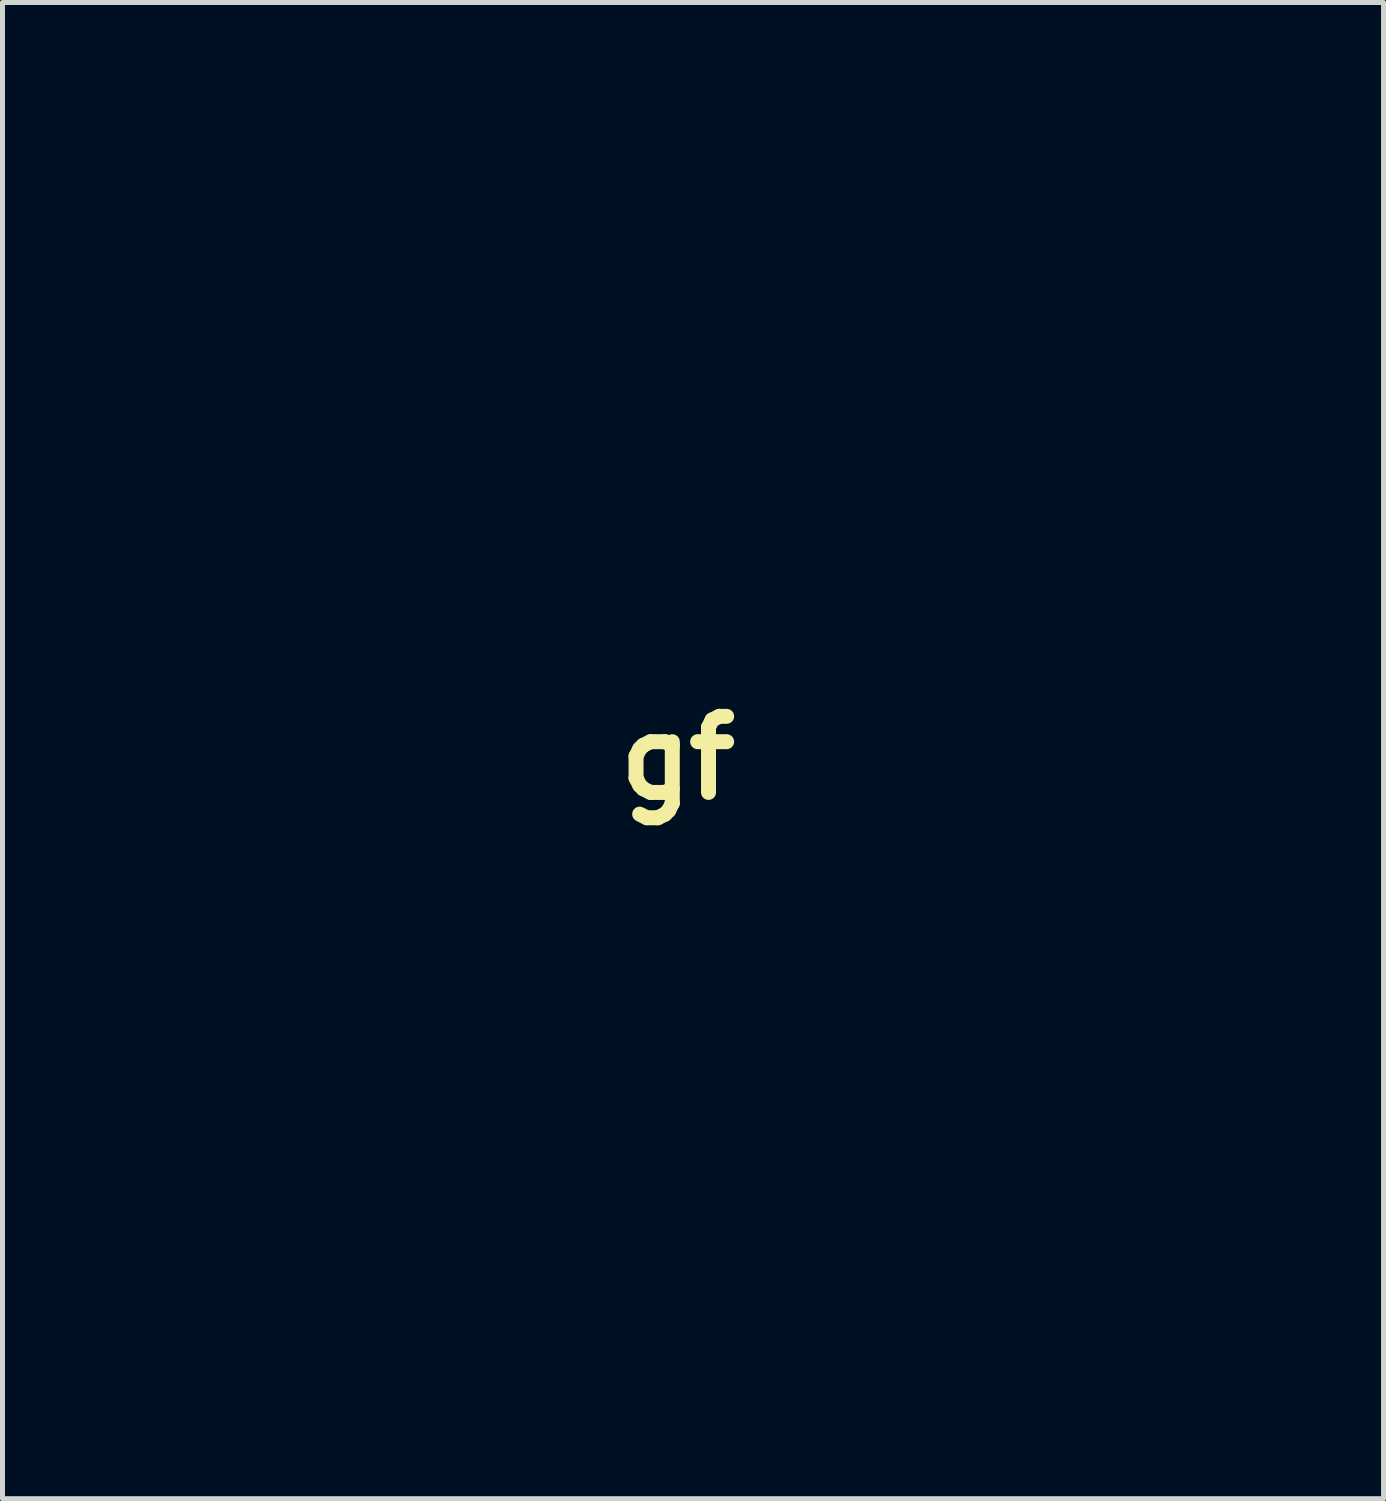
<source format=kicad_pcb>
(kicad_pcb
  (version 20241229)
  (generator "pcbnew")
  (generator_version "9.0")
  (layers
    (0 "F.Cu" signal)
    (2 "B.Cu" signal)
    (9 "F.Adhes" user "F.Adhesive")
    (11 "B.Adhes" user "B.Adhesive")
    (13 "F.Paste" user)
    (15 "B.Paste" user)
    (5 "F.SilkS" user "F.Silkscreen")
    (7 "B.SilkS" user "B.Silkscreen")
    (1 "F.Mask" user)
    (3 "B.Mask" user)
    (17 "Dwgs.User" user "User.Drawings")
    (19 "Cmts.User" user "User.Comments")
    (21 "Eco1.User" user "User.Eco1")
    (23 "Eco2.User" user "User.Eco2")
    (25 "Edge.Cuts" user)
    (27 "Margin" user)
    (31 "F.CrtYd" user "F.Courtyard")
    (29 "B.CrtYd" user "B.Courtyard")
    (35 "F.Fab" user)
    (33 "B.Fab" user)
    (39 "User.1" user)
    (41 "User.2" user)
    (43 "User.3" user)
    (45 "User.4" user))
  (footprint "gf"
    (layer "F.Cu")
    (at 10.525 12.133)
    (property "Reference" "gf" (at 0 0 0) (layer "F.SilkS") (effects (font (size 1.524 1.524) (thickness 0.3))))
    (attr through_hole)
    (fp_poly (pts (xy -5.207 7.128) (xy -4.191 7.128) (xy -4.191 7.805) (xy -6.096 7.805) (xy -6.096 4.546) (xy -5.207 4.546) (xy -5.207 7.128)) (stroke (width 0.01) (type solid)) (fill yes) (layer "F.Mask"))
    (fp_poly (pts (xy 3.589 4.895) (xy 3.577 5.244) (xy 3.143 5.256) (xy 2.709 5.268) (xy 2.709 7.805) (xy 1.82 7.805) (xy 1.82 5.265) (xy 0.931 5.265) (xy 0.931 4.546) (xy 3.602 4.546) (xy 3.589 4.895)) (stroke (width 0.01) (type solid)) (fill yes) (layer "F.Mask"))
    (fp_poly (pts (xy -4.072 8.811) (xy -4.085 9.054) (xy -5.419 9.054) (xy -5.419 9.509) (xy -5.419 9.964) (xy -4.318 9.964) (xy -4.318 10.43) (xy -5.419 10.43) (xy -5.419 11.827) (xy -6.054 11.827) (xy -6.054 8.567) (xy -4.06 8.567) (xy -4.072 8.811)) (stroke (width 0.01) (type solid)) (fill yes) (layer "F.Mask"))
    (fp_poly (pts (xy -0.096 -6.178) (xy -0.086 -6.109) (xy -0.085 -6.007) (xy -0.087 -5.888) (xy -0.092 -5.813) (xy -0.095 -5.8) (xy -0.121 -5.833) (xy -0.172 -5.917) (xy -0.197 -5.96) (xy -0.288 -6.119) (xy -0.186 -6.167) (xy -0.126 -6.191) (xy -0.096 -6.178)) (stroke (width 0.01) (type solid)) (fill yes) (layer "F.Mask"))
    (fp_poly (pts (xy 6.689 9.075) (xy 5.373 9.075) (xy 5.397 9.932) (xy 5.98 9.931) (xy 6.562 9.929) (xy 6.562 10.43) (xy 5.376 10.43) (xy 5.376 11.319) (xy 6.689 11.319) (xy 6.689 11.827) (xy 4.784 11.827) (xy 4.784 8.567) (xy 6.689 8.567) (xy 6.689 9.075)) (stroke (width 0.01) (type solid)) (fill yes) (layer "F.Mask"))
    (fp_poly (pts (xy 6.858 5.265) (xy 5.673 5.265) (xy 5.673 5.816) (xy 6.735 5.816) (xy 6.71 6.472) (xy 6.191 6.484) (xy 5.673 6.496) (xy 5.673 7.086) (xy 6.858 7.086) (xy 6.858 7.805) (xy 4.741 7.805) (xy 4.741 4.546) (xy 6.858 4.546) (xy 6.858 5.265)) (stroke (width 0.01) (type solid)) (fill yes) (layer "F.Mask"))
    (fp_poly (pts (xy 3.217 9.081) (xy 2.572 9.071) (xy 1.926 9.062) (xy 1.926 9.94) (xy 2.508 9.928) (xy 3.09 9.915) (xy 3.09 10.43) (xy 1.905 10.43) (xy 1.905 11.319) (xy 3.217 11.319) (xy 3.217 11.827) (xy 1.312 11.827) (xy 1.312 8.567) (xy 3.217 8.567) (xy 3.217 9.081)) (stroke (width 0.01) (type solid)) (fill yes) (layer "F.Mask"))
    (fp_poly (pts (xy 0.542 -4.931) (xy 0.642 -4.929) (xy 0.677 -4.926) (xy 0.663 -4.888) (xy 0.626 -4.799) (xy 0.61 -4.761) (xy 0.577 -4.64) (xy 0.547 -4.456) (xy 0.523 -4.227) (xy 0.515 -4.106) (xy 0.487 -3.611) (xy 0.318 -3.884) (xy 0.194 -4.058) (xy 0.041 -4.243) (xy -0.095 -4.383) (xy -0.21 -4.493) (xy -0.295 -4.58) (xy -0.337 -4.629) (xy -0.339 -4.633) (xy -0.302 -4.65) (xy -0.217 -4.657) (xy -0.109 -4.68) (xy 0.004 -4.739) (xy 0.092 -4.813) (xy 0.127 -4.882) (xy 0.169 -4.913) (xy 0.293 -4.929) (xy 0.402 -4.932) (xy 0.542 -4.931)) (stroke (width 0.01) (type solid)) (fill yes) (layer "F.Mask"))
    (fp_poly (pts (xy -1.118 -9.647) (xy -0.967 -9.547) (xy -0.829 -9.44) (xy -0.49 -9.133) (xy -0.213 -8.801) (xy -0.013 -8.467) (xy 0.082 -8.185) (xy 0.123 -7.854) (xy 0.111 -7.486) (xy 0.047 -7.097) (xy -0.069 -6.701) (xy -0.1 -6.618) (xy -0.168 -6.468) (xy -0.238 -6.385) (xy -0.326 -6.366) (xy -0.446 -6.41) (xy -0.614 -6.512) (xy -0.623 -6.518) (xy -0.847 -6.689) (xy -1.069 -6.897) (xy -1.269 -7.12) (xy -1.428 -7.337) (xy -1.496 -7.458) (xy -1.616 -7.8) (xy -1.667 -8.184) (xy -1.65 -8.605) (xy -1.564 -9.055) (xy -1.432 -9.471) (xy -1.374 -9.6) (xy -1.31 -9.673) (xy -1.229 -9.689) (xy -1.118 -9.647)) (stroke (width 0.01) (type solid)) (fill yes) (layer "F.Mask"))
    (fp_poly (pts (xy 11.134 7.805) (xy 10.252 7.805) (xy 10.132 7.638) (xy 10.072 7.551) (xy 9.975 7.406) (xy 9.851 7.219) (xy 9.71 7.003) (xy 9.559 6.772) (xy 9.546 6.751) (xy 9.404 6.533) (xy 9.276 6.341) (xy 9.169 6.186) (xy 9.092 6.08) (xy 9.052 6.031) (xy 9.049 6.029) (xy 9.039 6.069) (xy 9.031 6.181) (xy 9.024 6.353) (xy 9.019 6.573) (xy 9.017 6.828) (xy 9.017 6.916) (xy 9.017 7.805) (xy 8.128 7.805) (xy 8.128 4.546) (xy 8.583 4.546) (xy 9.038 4.546) (xy 9.631 5.463) (xy 10.223 6.38) (xy 10.235 5.463) (xy 10.246 4.546) (xy 11.134 4.546) (xy 11.134 7.805)) (stroke (width 0.01) (type solid)) (fill yes) (layer "F.Mask"))
    (fp_poly (pts (xy -0.368 -2.63) (xy -0.01 -2.492) (xy 0.307 -2.281) (xy 0.478 -2.119) (xy 0.635 -1.936) (xy 0.776 -1.746) (xy 0.892 -1.564) (xy 0.972 -1.407) (xy 1.008 -1.291) (xy 1.008 -1.261) (xy 0.957 -1.182) (xy 0.835 -1.111) (xy 0.659 -1.049) (xy 0.442 -0.999) (xy 0.199 -0.963) (xy -0.055 -0.943) (xy -0.306 -0.941) (xy -0.538 -0.959) (xy -0.737 -1) (xy -0.766 -1.009) (xy -1.083 -1.156) (xy -1.393 -1.38) (xy -1.689 -1.677) (xy -1.945 -2.011) (xy -2.056 -2.187) (xy -2.112 -2.317) (xy -2.105 -2.411) (xy -2.031 -2.483) (xy -1.884 -2.543) (xy -1.672 -2.601) (xy -1.2 -2.684) (xy -0.765 -2.694) (xy -0.368 -2.63)) (stroke (width 0.01) (type solid)) (fill yes) (layer "F.Mask"))
    (fp_poly (pts (xy 2.633 -5.978) (xy 2.685 -5.887) (xy 2.715 -5.724) (xy 2.728 -5.573) (xy 2.727 -5.153) (xy 2.662 -4.749) (xy 2.539 -4.378) (xy 2.361 -4.057) (xy 2.323 -4.004) (xy 2.156 -3.829) (xy 1.929 -3.651) (xy 1.663 -3.483) (xy 1.381 -3.34) (xy 1.106 -3.235) (xy 0.936 -3.19) (xy 0.829 -3.18) (xy 0.769 -3.204) (xy 0.746 -3.24) (xy 0.721 -3.353) (xy 0.702 -3.526) (xy 0.692 -3.733) (xy 0.691 -3.948) (xy 0.699 -4.148) (xy 0.711 -4.258) (xy 0.803 -4.633) (xy 0.969 -4.971) (xy 1.209 -5.273) (xy 1.525 -5.541) (xy 1.918 -5.774) (xy 2.214 -5.907) (xy 2.41 -5.98) (xy 2.545 -6.007) (xy 2.633 -5.978)) (stroke (width 0.01) (type solid)) (fill yes) (layer "F.Mask"))
    (fp_poly (pts (xy -1.89 -6.795) (xy -1.512 -6.732) (xy -1.191 -6.626) (xy -0.916 -6.471) (xy -0.694 -6.279) (xy -0.477 -6.01) (xy -0.289 -5.683) (xy -0.141 -5.326) (xy -0.066 -5.051) (xy -0.053 -4.963) (xy -0.079 -4.915) (xy -0.163 -4.881) (xy -0.198 -4.871) (xy -0.361 -4.844) (xy -0.579 -4.832) (xy -0.826 -4.834) (xy -1.073 -4.85) (xy -1.295 -4.88) (xy -1.344 -4.89) (xy -1.696 -5.005) (xy -2.007 -5.19) (xy -2.26 -5.421) (xy -2.417 -5.618) (xy -2.578 -5.867) (xy -2.724 -6.138) (xy -2.84 -6.399) (xy -2.878 -6.507) (xy -2.909 -6.625) (xy -2.908 -6.708) (xy -2.867 -6.763) (xy -2.774 -6.796) (xy -2.619 -6.811) (xy -2.392 -6.815) (xy -2.334 -6.815) (xy -1.89 -6.795)) (stroke (width 0.01) (type solid)) (fill yes) (layer "F.Mask"))
    (fp_poly (pts (xy 1.238 -1.205) (xy 1.305 -1.14) (xy 1.375 -1.007) (xy 1.444 -0.821) (xy 1.507 -0.596) (xy 1.561 -0.35) (xy 1.601 -0.096) (xy 1.624 0.149) (xy 1.627 0.254) (xy 1.616 0.536) (xy 1.572 0.753) (xy 1.489 0.918) (xy 1.36 1.047) (xy 1.185 1.15) (xy 0.917 1.25) (xy 0.655 1.291) (xy 0.434 1.272) (xy 0.284 1.223) (xy 0.196 1.16) (xy 0.173 1.076) (xy 0.216 0.964) (xy 0.325 0.818) (xy 0.502 0.631) (xy 0.546 0.588) (xy 0.758 0.37) (xy 0.91 0.18) (xy 1.011 -0.002) (xy 1.069 -0.198) (xy 1.095 -0.429) (xy 1.096 -0.709) (xy 1.095 -0.937) (xy 1.106 -1.091) (xy 1.132 -1.18) (xy 1.177 -1.214) (xy 1.238 -1.205)) (stroke (width 0.01) (type solid)) (fill yes) (layer "F.Mask"))
    (fp_poly (pts (xy -1.454 -4.677) (xy -1.256 -4.672) (xy -1.108 -4.662) (xy -0.991 -4.644) (xy -0.888 -4.618) (xy -0.781 -4.581) (xy -0.78 -4.58) (xy -0.454 -4.411) (xy -0.162 -4.166) (xy 0.094 -3.845) (xy 0.299 -3.481) (xy 0.389 -3.279) (xy 0.439 -3.138) (xy 0.45 -3.045) (xy 0.427 -2.987) (xy 0.415 -2.977) (xy 0.318 -2.934) (xy 0.156 -2.898) (xy -0.051 -2.871) (xy -0.285 -2.852) (xy -0.524 -2.845) (xy -0.749 -2.85) (xy -0.941 -2.869) (xy -0.982 -2.876) (xy -1.289 -2.977) (xy -1.591 -3.152) (xy -1.876 -3.393) (xy -2.133 -3.689) (xy -2.351 -4.032) (xy -2.367 -4.062) (xy -2.465 -4.258) (xy -2.525 -4.407) (xy -2.539 -4.516) (xy -2.501 -4.591) (xy -2.406 -4.639) (xy -2.245 -4.665) (xy -2.012 -4.676) (xy -1.719 -4.678) (xy -1.454 -4.677)) (stroke (width 0.01) (type solid)) (fill yes) (layer "F.Mask"))
    (fp_poly (pts (xy 1.85 -8.057) (xy 1.918 -7.997) (xy 1.962 -7.878) (xy 1.988 -7.691) (xy 2 -7.43) (xy 2.004 -7.239) (xy 2.002 -6.961) (xy 1.989 -6.748) (xy 1.964 -6.58) (xy 1.937 -6.477) (xy 1.797 -6.154) (xy 1.585 -5.861) (xy 1.298 -5.594) (xy 0.932 -5.35) (xy 0.756 -5.254) (xy 0.568 -5.16) (xy 0.438 -5.106) (xy 0.354 -5.087) (xy 0.3 -5.103) (xy 0.263 -5.149) (xy 0.258 -5.157) (xy 0.212 -5.287) (xy 0.174 -5.479) (xy 0.147 -5.709) (xy 0.134 -5.955) (xy 0.136 -6.194) (xy 0.136 -6.201) (xy 0.176 -6.537) (xy 0.262 -6.827) (xy 0.404 -7.086) (xy 0.611 -7.332) (xy 0.888 -7.578) (xy 1.046 -7.693) (xy 1.242 -7.819) (xy 1.434 -7.929) (xy 1.451 -7.938) (xy 1.622 -8.02) (xy 1.753 -8.062) (xy 1.85 -8.057)) (stroke (width 0.01) (type solid)) (fill yes) (layer "F.Mask"))
    (fp_poly (pts (xy 3.306 -3.935) (xy 3.311 -3.932) (xy 3.352 -3.904) (xy 3.376 -3.862) (xy 3.384 -3.788) (xy 3.38 -3.662) (xy 3.369 -3.504) (xy 3.308 -3.04) (xy 3.198 -2.641) (xy 3.034 -2.303) (xy 2.815 -2.019) (xy 2.537 -1.785) (xy 2.223 -1.607) (xy 2.02 -1.521) (xy 1.797 -1.442) (xy 1.6 -1.385) (xy 1.579 -1.38) (xy 1.4 -1.341) (xy 1.287 -1.321) (xy 1.22 -1.318) (xy 1.184 -1.332) (xy 1.159 -1.362) (xy 1.158 -1.365) (xy 1.138 -1.448) (xy 1.131 -1.593) (xy 1.137 -1.779) (xy 1.153 -1.987) (xy 1.179 -2.194) (xy 1.213 -2.38) (xy 1.23 -2.45) (xy 1.341 -2.752) (xy 1.497 -3.032) (xy 1.684 -3.265) (xy 1.77 -3.345) (xy 1.937 -3.463) (xy 2.143 -3.581) (xy 2.371 -3.692) (xy 2.607 -3.79) (xy 2.834 -3.87) (xy 3.037 -3.924) (xy 3.199 -3.948) (xy 3.306 -3.935)) (stroke (width 0.01) (type solid)) (fill yes) (layer "F.Mask"))
    (fp_poly (pts (xy 0.682 -3.018) (xy 0.686 -3.014) (xy 0.78 -2.972) (xy 0.919 -2.968) (xy 1.073 -3.003) (xy 1.083 -3.007) (xy 1.183 -3.035) (xy 1.216 -3.013) (xy 1.186 -2.938) (xy 1.172 -2.914) (xy 1.131 -2.825) (xy 1.084 -2.682) (xy 1.04 -2.515) (xy 1.036 -2.498) (xy 0.997 -2.326) (xy 0.961 -2.171) (xy 0.937 -2.064) (xy 0.936 -2.059) (xy 0.908 -1.937) (xy 0.755 -2.122) (xy 0.633 -2.255) (xy 0.483 -2.397) (xy 0.388 -2.477) (xy 0.277 -2.567) (xy 0.261 -2.582) (xy 0.578 -2.582) (xy 0.68 -2.474) (xy 0.781 -2.366) (xy 0.807 -2.463) (xy 0.838 -2.582) (xy 0.862 -2.678) (xy 0.866 -2.768) (xy 0.825 -2.793) (xy 0.747 -2.753) (xy 0.677 -2.688) (xy 0.578 -2.582) (xy 0.261 -2.582) (xy 0.199 -2.639) (xy 0.171 -2.673) (xy 0.207 -2.697) (xy 0.298 -2.723) (xy 0.328 -2.729) (xy 0.496 -2.785) (xy 0.602 -2.875) (xy 0.635 -2.978) (xy 0.645 -3.036) (xy 0.682 -3.018)) (stroke (width 0.01) (type solid)) (fill yes) (layer "F.Mask"))
    (fp_poly (pts (xy -2.117 5.509) (xy -2.115 5.795) (xy -2.11 6.06) (xy -2.102 6.291) (xy -2.092 6.472) (xy -2.081 6.588) (xy -2.075 6.616) (xy -1.996 6.797) (xy -1.878 6.907) (xy -1.708 6.955) (xy -1.628 6.959) (xy -1.417 6.93) (xy -1.264 6.842) (xy -1.166 6.691) (xy -1.145 6.629) (xy -1.132 6.541) (xy -1.121 6.384) (xy -1.112 6.171) (xy -1.105 5.917) (xy -1.101 5.637) (xy -1.101 5.509) (xy -1.101 4.546) (xy -0.207 4.546) (xy -0.22 5.699) (xy -0.224 6.046) (xy -0.229 6.318) (xy -0.235 6.528) (xy -0.243 6.687) (xy -0.254 6.805) (xy -0.269 6.894) (xy -0.289 6.964) (xy -0.314 7.027) (xy -0.322 7.045) (xy -0.493 7.319) (xy -0.723 7.539) (xy -1.002 7.7) (xy -1.319 7.797) (xy -1.666 7.826) (xy -1.939 7.801) (xy -2.251 7.708) (xy -2.517 7.547) (xy -2.731 7.322) (xy -2.887 7.039) (xy -2.946 6.862) (xy -2.967 6.752) (xy -2.983 6.595) (xy -2.994 6.381) (xy -3.002 6.103) (xy -3.005 5.752) (xy -3.005 5.593) (xy -3.006 4.546) (xy -2.117 4.546) (xy -2.117 5.509)) (stroke (width 0.01) (type solid)) (fill yes) (layer "F.Mask"))
    (fp_poly (pts (xy -1.789 8.569) (xy -1.474 8.572) (xy -1.23 8.581) (xy -1.041 8.599) (xy -0.894 8.628) (xy -0.774 8.671) (xy -0.666 8.73) (xy -0.571 8.798) (xy -0.4 8.979) (xy -0.282 9.218) (xy -0.223 9.5) (xy -0.223 9.501) (xy -0.217 9.667) (xy -0.241 9.807) (xy -0.304 9.967) (xy -0.308 9.978) (xy -0.43 10.174) (xy -0.594 10.342) (xy -0.777 10.46) (xy -0.9 10.502) (xy -0.984 10.523) (xy -1.016 10.539) (xy -1.006 10.559) (xy -0.974 10.614) (xy -0.916 10.709) (xy -0.828 10.85) (xy -0.706 11.043) (xy -0.548 11.294) (xy -0.348 11.61) (xy -0.31 11.67) (xy -0.208 11.831) (xy -0.536 11.818) (xy -0.864 11.806) (xy -1.249 11.192) (xy -1.389 10.969) (xy -1.494 10.807) (xy -1.573 10.697) (xy -1.633 10.628) (xy -1.684 10.59) (xy -1.735 10.572) (xy -1.79 10.565) (xy -1.947 10.552) (xy -1.947 11.827) (xy -2.54 11.827) (xy -2.54 10.091) (xy -1.947 10.091) (xy -1.556 10.091) (xy -1.35 10.087) (xy -1.206 10.073) (xy -1.102 10.045) (xy -1.029 10.009) (xy -0.911 9.889) (xy -0.853 9.714) (xy -0.858 9.488) (xy -0.861 9.47) (xy -0.909 9.316) (xy -1.002 9.204) (xy -1.15 9.13) (xy -1.36 9.088) (xy -1.64 9.076) (xy -1.947 9.075) (xy -1.947 10.091) (xy -2.54 10.091) (xy -2.54 8.567) (xy -1.789 8.569)) (stroke (width 0.01) (type solid)) (fill yes) (layer "F.Mask"))
    (fp_poly (pts (xy -8.613 4.538) (xy -8.259 4.626) (xy -7.963 4.775) (xy -7.718 4.986) (xy -7.703 5.002) (xy -7.609 5.128) (xy -7.525 5.275) (xy -7.461 5.419) (xy -7.428 5.539) (xy -7.433 5.609) (xy -7.482 5.625) (xy -7.597 5.637) (xy -7.759 5.645) (xy -7.891 5.646) (xy -8.092 5.645) (xy -8.226 5.637) (xy -8.312 5.621) (xy -8.368 5.593) (xy -8.407 5.557) (xy -8.579 5.425) (xy -8.783 5.358) (xy -8.999 5.354) (xy -9.208 5.412) (xy -9.39 5.528) (xy -9.52 5.689) (xy -9.606 5.912) (xy -9.639 6.159) (xy -9.62 6.406) (xy -9.549 6.626) (xy -9.469 6.753) (xy -9.302 6.894) (xy -9.092 6.981) (xy -8.862 7.014) (xy -8.632 6.992) (xy -8.422 6.914) (xy -8.255 6.781) (xy -8.248 6.774) (xy -8.188 6.692) (xy -8.174 6.636) (xy -8.215 6.602) (xy -8.32 6.584) (xy -8.498 6.578) (xy -8.59 6.578) (xy -9.01 6.578) (xy -9.024 6.278) (xy -9.029 6.128) (xy -9.028 6.014) (xy -9.021 5.961) (xy -9.021 5.96) (xy -8.975 5.955) (xy -8.857 5.95) (xy -8.682 5.946) (xy -8.462 5.944) (xy -8.21 5.943) (xy -8.184 5.943) (xy -7.366 5.943) (xy -7.366 6.394) (xy -7.367 6.598) (xy -7.374 6.739) (xy -7.391 6.84) (xy -7.423 6.924) (xy -7.474 7.013) (xy -7.498 7.051) (xy -7.698 7.302) (xy -7.947 7.524) (xy -8.204 7.682) (xy -8.396 7.746) (xy -8.642 7.786) (xy -8.913 7.801) (xy -9.181 7.79) (xy -9.418 7.753) (xy -9.52 7.723) (xy -9.669 7.662) (xy -9.802 7.6) (xy -9.859 7.568) (xy -10.035 7.425) (xy -10.21 7.231) (xy -10.357 7.017) (xy -10.41 6.916) (xy -10.458 6.807) (xy -10.489 6.706) (xy -10.508 6.592) (xy -10.517 6.441) (xy -10.52 6.233) (xy -10.52 6.176) (xy -10.518 5.953) (xy -10.511 5.793) (xy -10.495 5.672) (xy -10.467 5.567) (xy -10.422 5.456) (xy -10.398 5.404) (xy -10.215 5.102) (xy -9.974 4.858) (xy -9.684 4.676) (xy -9.353 4.56) (xy -8.989 4.513) (xy -8.613 4.538)) (stroke (width 0.01) (type solid)) (fill yes) (layer "F.Mask"))
    (fp_poly (pts (xy 0.758 -12.128) (xy 1.024 -12.124) (xy 1.239 -12.117) (xy 1.417 -12.105) (xy 1.577 -12.087) (xy 1.733 -12.063) (xy 1.901 -12.031) (xy 2.705 -11.826) (xy 3.474 -11.547) (xy 4.205 -11.196) (xy 4.892 -10.774) (xy 5.531 -10.285) (xy 6.097 -9.752) (xy 6.275 -9.562) (xy 6.445 -9.37) (xy 6.597 -9.188) (xy 6.723 -9.029) (xy 6.812 -8.904) (xy 6.855 -8.825) (xy 6.858 -8.812) (xy 6.888 -8.759) (xy 6.895 -8.756) (xy 6.946 -8.708) (xy 7.026 -8.597) (xy 7.127 -8.438) (xy 7.242 -8.243) (xy 7.362 -8.026) (xy 7.479 -7.801) (xy 7.519 -7.72) (xy 7.746 -7.2) (xy 7.947 -6.633) (xy 8.11 -6.056) (xy 8.178 -5.753) (xy 8.211 -5.584) (xy 8.235 -5.427) (xy 8.253 -5.268) (xy 8.265 -5.088) (xy 8.272 -4.873) (xy 8.275 -4.606) (xy 8.276 -4.276) (xy 8.275 -3.941) (xy 8.272 -3.675) (xy 8.265 -3.46) (xy 8.253 -3.282) (xy 8.235 -3.122) (xy 8.21 -2.966) (xy 8.178 -2.798) (xy 7.974 -1.995) (xy 7.697 -1.23) (xy 7.349 -0.507) (xy 6.936 0.171) (xy 6.46 0.8) (xy 5.925 1.376) (xy 5.335 1.895) (xy 4.694 2.355) (xy 4.006 2.751) (xy 3.273 3.079) (xy 2.5 3.336) (xy 1.924 3.474) (xy 1.739 3.509) (xy 1.557 3.534) (xy 1.36 3.553) (xy 1.131 3.566) (xy 0.851 3.574) (xy 0.55 3.579) (xy 0.273 3.582) (xy 0.018 3.582) (xy -0.201 3.581) (xy -0.369 3.578) (xy -0.471 3.573) (xy -0.487 3.572) (xy -1.33 3.412) (xy -2.123 3.187) (xy -2.868 2.893) (xy -3.569 2.529) (xy -4.229 2.094) (xy -4.851 1.586) (xy -5.053 1.398) (xy -5.605 0.809) (xy -5.649 0.752) (xy -4.286 0.752) (xy -3.89 1.058) (xy -3.225 1.518) (xy -2.519 1.906) (xy -1.775 2.218) (xy -1 2.454) (xy -0.704 2.521) (xy -0.163 2.601) (xy 0.412 2.627) (xy 0.991 2.6) (xy 1.542 2.52) (xy 2.314 2.322) (xy 3.06 2.045) (xy 3.772 1.695) (xy 4.442 1.274) (xy 4.721 1.068) (xy 5.233 0.619) (xy 5.701 0.103) (xy 6.122 -0.473) (xy 6.49 -1.099) (xy 6.801 -1.768) (xy 7.049 -2.471) (xy 7.23 -3.201) (xy 7.235 -3.23) (xy 7.317 -3.872) (xy 7.321 -4.534) (xy 7.249 -5.209) (xy 7.104 -5.888) (xy 6.887 -6.564) (xy 6.6 -7.229) (xy 6.246 -7.875) (xy 5.827 -8.496) (xy 5.806 -8.523) (xy 5.491 -8.941) (xy 4.201 -7.651) (xy 2.911 -6.361) (xy 3.005 -6.233) (xy 3.039 -6.184) (xy 3.063 -6.133) (xy 3.078 -6.067) (xy 3.087 -5.972) (xy 3.09 -5.834) (xy 3.088 -5.641) (xy 3.082 -5.379) (xy 3.081 -5.328) (xy 3.072 -5.061) (xy 3.059 -4.823) (xy 3.044 -4.628) (xy 3.027 -4.491) (xy 3.014 -4.434) (xy 2.965 -4.318) (xy 3.235 -4.318) (xy 3.385 -4.315) (xy 3.481 -4.298) (xy 3.553 -4.255) (xy 3.63 -4.175) (xy 3.642 -4.162) (xy 3.778 -4.007) (xy 3.75 -3.517) (xy 3.712 -3.093) (xy 3.651 -2.736) (xy 3.559 -2.432) (xy 3.433 -2.166) (xy 3.265 -1.923) (xy 3.073 -1.71) (xy 2.764 -1.441) (xy 2.431 -1.237) (xy 2.046 -1.08) (xy 2.038 -1.077) (xy 1.908 -1.029) (xy 1.847 -0.987) (xy 1.842 -0.941) (xy 1.843 -0.936) (xy 1.888 -0.792) (xy 1.932 -0.588) (xy 1.973 -0.35) (xy 2.005 -0.103) (xy 2.026 0.127) (xy 2.031 0.278) (xy 2.021 0.572) (xy 1.986 0.804) (xy 1.918 0.993) (xy 1.811 1.16) (xy 1.684 1.3) (xy 1.537 1.436) (xy 1.403 1.532) (xy 1.263 1.594) (xy 1.096 1.631) (xy 0.882 1.647) (xy 0.636 1.651) (xy 0.127 1.651) (xy -0.042 1.498) (xy -0.133 1.411) (xy -0.184 1.339) (xy -0.206 1.251) (xy -0.212 1.118) (xy -0.212 1.067) (xy -0.212 0.789) (xy 0.142 0.426) (xy 0.358 0.193) (xy 0.514 -0.007) (xy 0.619 -0.188) (xy 0.683 -0.366) (xy 0.704 -0.468) (xy 0.719 -0.58) (xy 0.71 -0.626) (xy 0.668 -0.628) (xy 0.631 -0.618) (xy 0.552 -0.605) (xy 0.407 -0.591) (xy 0.217 -0.577) (xy -0.001 -0.565) (xy -0.048 -0.563) (xy -0.293 -0.554) (xy -0.475 -0.553) (xy -0.616 -0.562) (xy -0.739 -0.581) (xy -0.865 -0.612) (xy -0.923 -0.629) (xy -1.229 -0.757) (xy -1.425 -0.889) (xy -1.573 -1.009) (xy -1.743 -1.147) (xy -1.866 -1.245) (xy -2.102 -1.433) (xy -3.194 -0.341) (xy -4.286 0.752) (xy -5.649 0.752) (xy -6.092 0.168) (xy -6.511 -0.52) (xy -6.86 -1.252) (xy -7.136 -2.023) (xy -7.332 -2.798) (xy -7.364 -2.968) (xy -7.389 -3.124) (xy -7.406 -3.284) (xy -7.418 -3.463) (xy -7.425 -3.678) (xy -7.429 -3.945) (xy -7.429 -4.276) (xy -7.429 -4.326) (xy -6.481 -4.326) (xy -6.453 -3.669) (xy -6.389 -3.23) (xy -6.252 -2.655) (xy -6.065 -2.071) (xy -5.836 -1.501) (xy -5.574 -0.964) (xy -5.288 -0.482) (xy -5.165 -0.303) (xy -5.033 -0.121) (xy -3.803 -1.319) (xy -3.534 -1.582) (xy -3.284 -1.83) (xy -3.059 -2.055) (xy -2.866 -2.25) (xy -2.712 -2.41) (xy -2.603 -2.527) (xy -2.546 -2.594) (xy -2.539 -2.605) (xy -2.491 -2.68) (xy -2.405 -2.776) (xy -2.305 -2.869) (xy -2.215 -2.939) (xy -2.159 -2.963) (xy -2.166 -2.995) (xy -2.215 -3.08) (xy -2.297 -3.205) (xy -2.372 -3.313) (xy -2.58 -3.615) (xy -2.734 -3.868) (xy -2.839 -4.085) (xy -2.899 -4.276) (xy -2.921 -4.452) (xy -2.921 -4.475) (xy -2.916 -4.622) (xy -2.894 -4.718) (xy -2.843 -4.795) (xy -2.783 -4.854) (xy -2.681 -4.944) (xy -2.592 -5.011) (xy -2.571 -5.023) (xy -2.538 -5.051) (xy -2.54 -5.092) (xy -2.585 -5.162) (xy -2.681 -5.278) (xy -2.689 -5.289) (xy -2.796 -5.431) (xy -2.916 -5.619) (xy -3.029 -5.82) (xy -3.071 -5.902) (xy -3.159 -6.089) (xy -3.215 -6.229) (xy -3.245 -6.348) (xy -3.258 -6.476) (xy -3.26 -6.604) (xy -3.258 -6.689) (xy -3.086 -6.689) (xy -3.079 -6.573) (xy -3.018 -6.27) (xy -2.885 -5.95) (xy -2.689 -5.626) (xy -2.435 -5.313) (xy -2.37 -5.243) (xy -2.224 -5.094) (xy -2.136 -4.995) (xy -2.106 -4.933) (xy -2.134 -4.897) (xy -2.222 -4.873) (xy -2.37 -4.85) (xy -2.392 -4.846) (xy -2.578 -4.792) (xy -2.696 -4.696) (xy -2.745 -4.558) (xy -2.727 -4.374) (xy -2.642 -4.142) (xy -2.556 -3.975) (xy -2.373 -3.668) (xy -2.19 -3.418) (xy -1.987 -3.2) (xy -1.814 -3.047) (xy -1.576 -2.848) (xy -1.836 -2.776) (xy -2.075 -2.685) (xy -2.236 -2.566) (xy -2.318 -2.421) (xy -2.328 -2.336) (xy -2.296 -2.201) (xy -2.208 -2.028) (xy -2.075 -1.83) (xy -1.907 -1.621) (xy -1.716 -1.412) (xy -1.514 -1.218) (xy -1.311 -1.052) (xy -1.133 -0.934) (xy -0.866 -0.821) (xy -0.543 -0.751) (xy -0.185 -0.726) (xy 0.19 -0.746) (xy 0.562 -0.812) (xy 0.609 -0.825) (xy 0.745 -0.856) (xy 0.845 -0.87) (xy 0.884 -0.865) (xy 0.897 -0.812) (xy 0.904 -0.7) (xy 0.904 -0.57) (xy 0.882 -0.348) (xy 0.823 -0.146) (xy 0.719 0.051) (xy 0.56 0.26) (xy 0.338 0.497) (xy 0.324 0.512) (xy 0.169 0.667) (xy 0.065 0.78) (xy 0.002 0.863) (xy -0.03 0.932) (xy -0.041 1.003) (xy -0.042 1.047) (xy -0.031 1.166) (xy 0.015 1.258) (xy 0.112 1.355) (xy 0.267 1.491) (xy 0.695 1.473) (xy 0.924 1.459) (xy 1.091 1.436) (xy 1.218 1.4) (xy 1.291 1.367) (xy 1.49 1.241) (xy 1.636 1.095) (xy 1.735 0.914) (xy 1.794 0.685) (xy 1.818 0.394) (xy 1.82 0.261) (xy 1.804 -0.065) (xy 1.758 -0.409) (xy 1.69 -0.741) (xy 1.603 -1.026) (xy 1.587 -1.069) (xy 1.586 -1.139) (xy 1.615 -1.159) (xy 1.973 -1.273) (xy 2.262 -1.385) (xy 2.499 -1.502) (xy 2.699 -1.632) (xy 2.878 -1.783) (xy 2.924 -1.828) (xy 3.142 -2.079) (xy 3.307 -2.351) (xy 3.425 -2.658) (xy 3.502 -3.014) (xy 3.542 -3.435) (xy 3.543 -3.461) (xy 3.553 -3.683) (xy 3.555 -3.836) (xy 3.549 -3.938) (xy 3.532 -4.004) (xy 3.504 -4.051) (xy 3.492 -4.064) (xy 3.378 -4.13) (xy 3.2 -4.148) (xy 2.968 -4.118) (xy 2.896 -4.101) (xy 2.778 -4.077) (xy 2.699 -4.071) (xy 2.683 -4.076) (xy 2.685 -4.125) (xy 2.717 -4.223) (xy 2.745 -4.291) (xy 2.829 -4.548) (xy 2.887 -4.868) (xy 2.915 -5.233) (xy 2.914 -5.559) (xy 2.905 -5.764) (xy 2.892 -5.903) (xy 2.872 -5.996) (xy 2.84 -6.061) (xy 2.796 -6.115) (xy 2.675 -6.199) (xy 2.522 -6.22) (xy 2.325 -6.178) (xy 2.255 -6.153) (xy 2.143 -6.116) (xy 2.068 -6.1) (xy 2.054 -6.102) (xy 2.056 -6.149) (xy 2.082 -6.248) (xy 2.102 -6.309) (xy 2.168 -6.566) (xy 2.207 -6.88) (xy 2.219 -7.231) (xy 2.203 -7.595) (xy 2.201 -7.617) (xy 2.178 -7.829) (xy 2.154 -7.974) (xy 2.124 -8.072) (xy 2.083 -8.139) (xy 2.067 -8.157) (xy 1.933 -8.241) (xy 1.755 -8.26) (xy 1.542 -8.217) (xy 1.301 -8.115) (xy 1.04 -7.958) (xy 0.765 -7.747) (xy 0.588 -7.586) (xy 0.35 -7.359) (xy 0.331 -7.826) (xy 0.32 -8.04) (xy 0.304 -8.196) (xy 0.278 -8.32) (xy 0.235 -8.439) (xy 0.17 -8.579) (xy 0.158 -8.602) (xy -0.037 -8.924) (xy -0.302 -9.247) (xy -0.624 -9.555) (xy -0.737 -9.649) (xy -0.88 -9.758) (xy -0.984 -9.823) (xy -1.077 -9.854) (xy -1.182 -9.863) (xy -1.216 -9.864) (xy -1.361 -9.854) (xy -1.459 -9.815) (xy -1.523 -9.759) (xy -1.615 -9.617) (xy -1.698 -9.404) (xy -1.766 -9.136) (xy -1.818 -8.826) (xy -1.848 -8.488) (xy -1.851 -8.422) (xy -1.856 -8.087) (xy -1.836 -7.815) (xy -1.787 -7.584) (xy -1.705 -7.375) (xy -1.586 -7.167) (xy -1.584 -7.164) (xy -1.438 -6.941) (xy -1.618 -6.974) (xy -1.73 -6.986) (xy -1.904 -6.996) (xy -2.116 -7.003) (xy -2.343 -7.006) (xy -2.356 -7.006) (xy -2.587 -7.005) (xy -2.749 -7) (xy -2.859 -6.989) (xy -2.932 -6.97) (xy -2.983 -6.941) (xy -3.006 -6.921) (xy -3.058 -6.864) (xy -3.083 -6.795) (xy -3.086 -6.689) (xy -3.258 -6.689) (xy -3.257 -6.769) (xy -3.244 -6.876) (xy -3.212 -6.953) (xy -3.154 -7.026) (xy -3.124 -7.057) (xy -2.989 -7.197) (xy -2.421 -7.197) (xy -2.193 -7.197) (xy -2.037 -7.201) (xy -1.94 -7.209) (xy -1.892 -7.223) (xy -1.878 -7.245) (xy -1.885 -7.271) (xy -1.942 -7.413) (xy -1.981 -7.542) (xy -2.007 -7.676) (xy -2.022 -7.839) (xy -2.028 -8.049) (xy -2.03 -8.255) (xy -2.015 -8.741) (xy -1.966 -9.153) (xy -1.882 -9.491) (xy -1.764 -9.761) (xy -1.635 -9.938) (xy -1.558 -10.013) (xy -1.485 -10.055) (xy -1.386 -10.072) (xy -1.236 -10.075) (xy -1.075 -10.07) (xy -0.962 -10.047) (xy -0.857 -9.993) (xy -0.768 -9.93) (xy -0.661 -9.842) (xy -0.515 -9.71) (xy -0.35 -9.553) (xy -0.188 -9.39) (xy 0.066 -9.111) (xy 0.254 -8.856) (xy 0.384 -8.612) (xy 0.464 -8.364) (xy 0.501 -8.125) (xy 0.529 -7.819) (xy 0.656 -7.925) (xy 0.921 -8.123) (xy 1.193 -8.283) (xy 1.454 -8.398) (xy 1.687 -8.459) (xy 1.787 -8.467) (xy 1.927 -8.46) (xy 2.026 -8.427) (xy 2.123 -8.353) (xy 2.168 -8.31) (xy 2.26 -8.205) (xy 2.319 -8.108) (xy 2.331 -8.066) (xy 2.346 -7.979) (xy 2.38 -7.846) (xy 2.409 -7.749) (xy 2.484 -7.519) (xy 4.672 -9.681) (xy 4.273 -9.944) (xy 3.613 -10.331) (xy 2.909 -10.657) (xy 2.178 -10.913) (xy 1.542 -11.072) (xy 0.878 -11.163) (xy 0.198 -11.174) (xy -0.493 -11.105) (xy -1.189 -10.958) (xy -1.884 -10.733) (xy -2.575 -10.431) (xy -3.102 -10.145) (xy -3.714 -9.742) (xy -4.261 -9.291) (xy -4.749 -8.783) (xy -5.185 -8.214) (xy -5.502 -7.708) (xy -5.842 -7.043) (xy -6.111 -6.365) (xy -6.308 -5.681) (xy -6.432 -4.999) (xy -6.481 -4.326) (xy -7.429 -4.326) (xy -7.429 -4.61) (xy -7.425 -4.877) (xy -7.418 -5.091) (xy -7.406 -5.27) (xy -7.388 -5.429) (xy -7.364 -5.586) (xy -7.332 -5.753) (xy -7.127 -6.558) (xy -6.849 -7.325) (xy -6.501 -8.049) (xy -6.086 -8.728) (xy -5.609 -9.357) (xy -5.073 -9.933) (xy -4.481 -10.452) (xy -3.838 -10.912) (xy -3.146 -11.307) (xy -2.409 -11.636) (xy -1.63 -11.893) (xy -1.054 -12.031) (xy -0.885 -12.063) (xy -0.728 -12.088) (xy -0.569 -12.105) (xy -0.389 -12.117) (xy -0.174 -12.124) (xy 0.093 -12.128) (xy 0.423 -12.129) (xy 0.758 -12.128)) (stroke (width 0.01) (type solid)) (fill yes) (layer "F.Mask")))
  (gr_rect
    (start -3 -3)
    (end 24.663 26.969)
    (stroke (width 0.1) (type default))
    (fill no)
    (layer "Edge.Cuts")))
</source>
